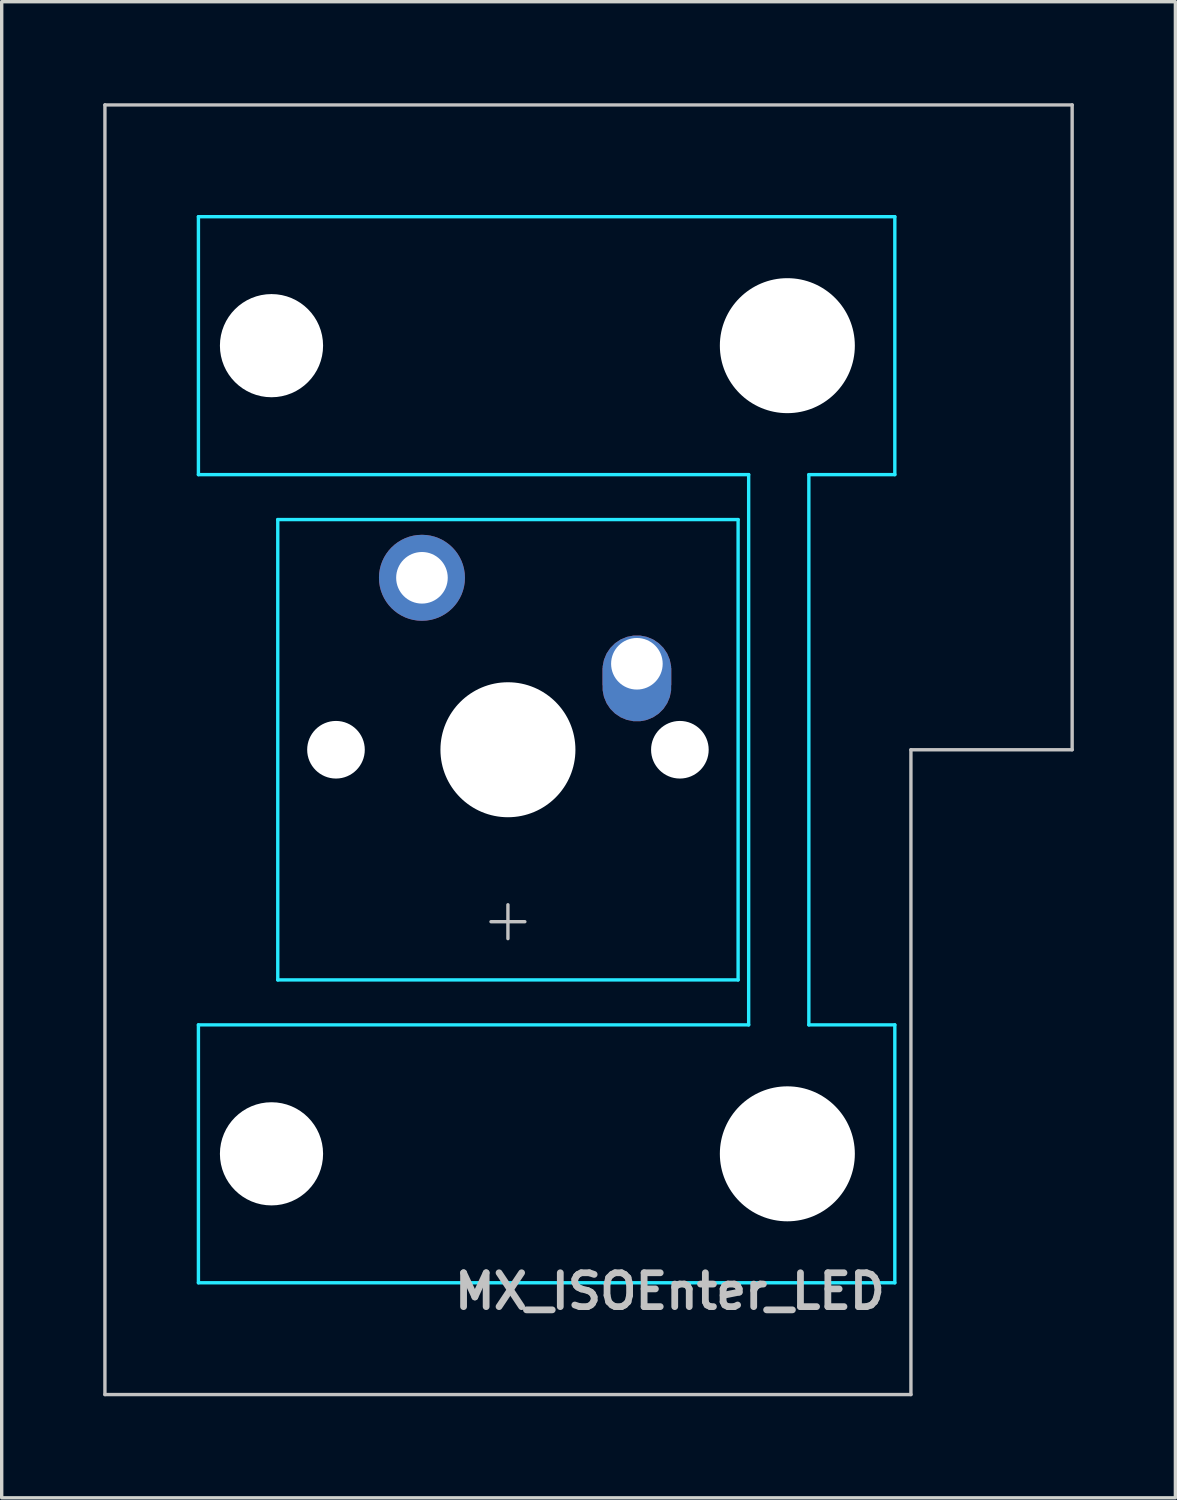
<source format=kicad_pcb>
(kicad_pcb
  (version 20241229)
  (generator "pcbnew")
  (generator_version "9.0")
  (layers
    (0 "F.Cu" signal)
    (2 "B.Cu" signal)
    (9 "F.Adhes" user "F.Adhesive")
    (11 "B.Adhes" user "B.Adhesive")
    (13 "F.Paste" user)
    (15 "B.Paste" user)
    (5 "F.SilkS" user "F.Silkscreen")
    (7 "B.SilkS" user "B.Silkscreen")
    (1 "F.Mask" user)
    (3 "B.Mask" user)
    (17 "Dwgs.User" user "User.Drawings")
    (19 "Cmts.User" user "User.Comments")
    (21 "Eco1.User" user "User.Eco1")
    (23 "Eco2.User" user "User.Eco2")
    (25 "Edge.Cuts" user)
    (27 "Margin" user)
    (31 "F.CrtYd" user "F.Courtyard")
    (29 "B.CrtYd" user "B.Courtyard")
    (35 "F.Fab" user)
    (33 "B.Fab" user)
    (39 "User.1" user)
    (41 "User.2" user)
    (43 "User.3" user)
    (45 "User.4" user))
  (footprint "MX_ISOEnter_LED"
    (layer "F.Cu")
    (at 11.956 19.1)
    (property "Reference" "MX_ISOEnter_LED" (at 11.25 16 0) (layer "Dwgs.User") (effects (font (size 1 1) (thickness 0.2)) (justify right)))
    (attr through_hole)
    (fp_line (start -11.906 19.05) (end -11.906 -19.05) (stroke (width 0.1) (type solid)) (layer "Dwgs.User"))
    (fp_line (start -0.5 5.08) (end 0.5 5.08) (stroke (width 0.1) (type solid)) (layer "Dwgs.User"))
    (fp_line (start 0 5.58) (end 0 4.58) (stroke (width 0.1) (type solid)) (layer "Dwgs.User"))
    (fp_line (start 11.906 19.05) (end -11.906 19.05) (stroke (width 0.1) (type solid)) (layer "Dwgs.User"))
    (fp_line (start 11.906 19.05) (end 11.906 0) (stroke (width 0.1) (type solid)) (layer "Dwgs.User"))
    (fp_line (start 16.669 -19.05) (end -11.906 -19.05) (stroke (width 0.1) (type solid)) (layer "Dwgs.User"))
    (fp_line (start 16.669 0) (end 11.906 0) (stroke (width 0.1) (type solid)) (layer "Dwgs.User"))
    (fp_line (start 16.669 0) (end 16.669 -19.05) (stroke (width 0.1) (type solid)) (layer "Dwgs.User"))
    (fp_line (start -7 -6.5) (end -7 6.5) (stroke (width 0.1) (type solid)) (layer "Eco1.User"))
    (fp_line (start -6.5 7) (end 6.5 7) (stroke (width 0.1) (type solid)) (layer "Eco1.User"))
    (fp_line (start -5.985 -8.938) (end -5.985 -14.938) (stroke (width 0.1) (type solid)) (layer "Eco1.User"))
    (fp_line (start -5.985 14.938) (end -5.985 8.938) (stroke (width 0.1) (type solid)) (layer "Eco1.User"))
    (fp_line (start -5.485 -8.438) (end 8.515 -8.438) (stroke (width 0.1) (type solid)) (layer "Eco1.User"))
    (fp_line (start -5.485 15.438) (end 8.515 15.438) (stroke (width 0.1) (type solid)) (layer "Eco1.User"))
    (fp_line (start 6.5 -7) (end -6.5 -7) (stroke (width 0.1) (type solid)) (layer "Eco1.User"))
    (fp_line (start 7 6.5) (end 7 -6.5) (stroke (width 0.1) (type solid)) (layer "Eco1.User"))
    (fp_line (start 8.515 -15.438) (end -5.485 -15.438) (stroke (width 0.1) (type solid)) (layer "Eco1.User"))
    (fp_line (start 8.515 8.438) (end -5.485 8.438) (stroke (width 0.1) (type solid)) (layer "Eco1.User"))
    (fp_line (start 9.015 -14.938) (end 9.015 -8.938) (stroke (width 0.1) (type solid)) (layer "Eco1.User"))
    (fp_line (start 9.015 8.938) (end 9.015 14.938) (stroke (width 0.1) (type solid)) (layer "Eco1.User"))
    (fp_arc (start -7 -6.5) (mid -6.853553 -6.853553) (end -6.5 -7) (stroke (width 0.1) (type solid)) (layer "Eco1.User"))
    (fp_arc (start -6.5 7) (mid -6.853553 6.853553) (end -7 6.5) (stroke (width 0.1) (type solid)) (layer "Eco1.User"))
    (fp_arc (start -5.985 -14.938) (mid -5.838553 -15.291553) (end -5.485 -15.438) (stroke (width 0.1) (type solid)) (layer "Eco1.User"))
    (fp_arc (start -5.985 8.938) (mid -5.838553 8.584447) (end -5.485 8.438) (stroke (width 0.1) (type solid)) (layer "Eco1.User"))
    (fp_arc (start -5.485 -8.438) (mid -5.838553 -8.584447) (end -5.985 -8.938) (stroke (width 0.1) (type solid)) (layer "Eco1.User"))
    (fp_arc (start -5.485 15.438) (mid -5.838553 15.291553) (end -5.985 14.938) (stroke (width 0.1) (type solid)) (layer "Eco1.User"))
    (fp_arc (start 6.5 -7) (mid 6.853553 -6.853553) (end 7 -6.5) (stroke (width 0.1) (type solid)) (layer "Eco1.User"))
    (fp_arc (start 7 6.5) (mid 6.853553 6.853553) (end 6.5 7) (stroke (width 0.1) (type solid)) (layer "Eco1.User"))
    (fp_arc (start 8.515 -15.438) (mid 8.868553 -15.291553) (end 9.015 -14.938) (stroke (width 0.1) (type solid)) (layer "Eco1.User"))
    (fp_arc (start 8.515 8.438) (mid 8.868553 8.584447) (end 9.015 8.938) (stroke (width 0.1) (type solid)) (layer "Eco1.User"))
    (fp_arc (start 9.015 -8.938) (mid 8.868553 -8.584447) (end 8.515 -8.438) (stroke (width 0.1) (type solid)) (layer "Eco1.User"))
    (fp_arc (start 9.015 14.938) (mid 8.868553 15.291553) (end 8.515 15.438) (stroke (width 0.1) (type solid)) (layer "Eco1.User"))
    (fp_line (start -9.144 -15.748) (end 11.43 -15.748) (stroke (width 0.1) (type solid)) (layer "B.CrtYd"))
    (fp_line (start -9.144 -8.128) (end -9.144 -15.748) (stroke (width 0.1) (type solid)) (layer "B.CrtYd"))
    (fp_line (start -9.144 -8.128) (end 7.112 -8.128) (stroke (width 0.1) (type solid)) (layer "B.CrtYd"))
    (fp_line (start -9.144 8.128) (end 7.112 8.128) (stroke (width 0.1) (type solid)) (layer "B.CrtYd"))
    (fp_line (start -9.144 15.748) (end -9.144 8.128) (stroke (width 0.1) (type solid)) (layer "B.CrtYd"))
    (fp_line (start -6.8 6.8) (end -6.8 -6.8) (stroke (width 0.1) (type solid)) (layer "B.CrtYd"))
    (fp_line (start 6.8 -6.8) (end -6.8 -6.8) (stroke (width 0.1) (type solid)) (layer "B.CrtYd"))
    (fp_line (start 6.8 6.8) (end -6.8 6.8) (stroke (width 0.1) (type solid)) (layer "B.CrtYd"))
    (fp_line (start 6.8 6.8) (end 6.8 -6.8) (stroke (width 0.1) (type solid)) (layer "B.CrtYd"))
    (fp_line (start 7.112 8.128) (end 7.112 -8.128) (stroke (width 0.1) (type solid)) (layer "B.CrtYd"))
    (fp_line (start 8.89 8.128) (end 8.89 -8.128) (stroke (width 0.1) (type solid)) (layer "B.CrtYd"))
    (fp_line (start 11.43 -15.748) (end 11.43 -8.128) (stroke (width 0.1) (type solid)) (layer "B.CrtYd"))
    (fp_line (start 11.43 -8.128) (end 8.89 -8.128) (stroke (width 0.1) (type solid)) (layer "B.CrtYd"))
    (fp_line (start 11.43 8.128) (end 8.89 8.128) (stroke (width 0.1) (type solid)) (layer "B.CrtYd"))
    (fp_line (start 11.43 8.128) (end 11.43 15.748) (stroke (width 0.1) (type solid)) (layer "B.CrtYd"))
    (fp_line (start 11.43 15.748) (end -9.144 15.748) (stroke (width 0.1) (type solid)) (layer "B.CrtYd"))
    (pad "" np_thru_hole circle (at -6.985 -11.938 90) (size 3.048 3.048) (drill 3.048) (layers "*.Cu" "*.Mask"))
    (pad "" np_thru_hole circle (at -6.985 11.938 90) (size 3.048 3.048) (drill 3.048) (layers "*.Cu" "*.Mask"))
    (pad "" np_thru_hole circle (at -5.08 0) (size 1.702 1.702) (drill 1.702) (layers "*.Cu" "*.Mask"))
    (pad "" connect circle (at -2.54 -5.08) (size 1.27 1.27) (layers "B.Mask"))
    (pad "" np_thru_hole circle (at 0 0) (size 3.988 3.988) (drill 3.988) (layers "*.Cu" "*.Mask"))
    (pad "" connect circle (at 3.81 -2.54 90) (size 1.27 1.27) (layers "B.Mask"))
    (pad "" np_thru_hole circle (at 5.08 0) (size 1.702 1.702) (drill 1.702) (layers "*.Cu" "*.Mask"))
    (pad "" np_thru_hole circle (at 8.255 -11.938 90) (size 3.988 3.988) (drill 3.988) (layers "*.Cu" "*.Mask"))
    (pad "" np_thru_hole circle (at 8.255 11.938 90) (size 3.988 3.988) (drill 3.988) (layers "*.Cu" "*.Mask"))
    (pad "1" thru_hole circle (at -2.54 -5.08) (size 2.54 2.54) (drill 1.524) (layers "*.Cu" "F.Mask"))
    (pad "2" thru_hole custom (at 3.81 -2.54) (size 1.651 1.651) (drill 1.524) (layers "*.Cu" "F.Mask") (options (anchor circle)) (primitives (gr_circle (center 0 0.178) (end 1.016 0.178) (width 0) (fill yes)) (gr_circle (center 0 0.686) (end 1.016 0.686) (width 0) (fill yes)) (gr_poly (pts (xy 1.016 0.635) (xy -1.016 0.635) (xy -1.016 0.127) (xy 1.016 0.127)) (width 0) (fill yes)))))
  (gr_rect
    (start -3 -3)
    (end 31.675 41.2)
    (stroke (width 0.1) (type default))
    (fill no)
    (layer "Edge.Cuts")))
</source>
